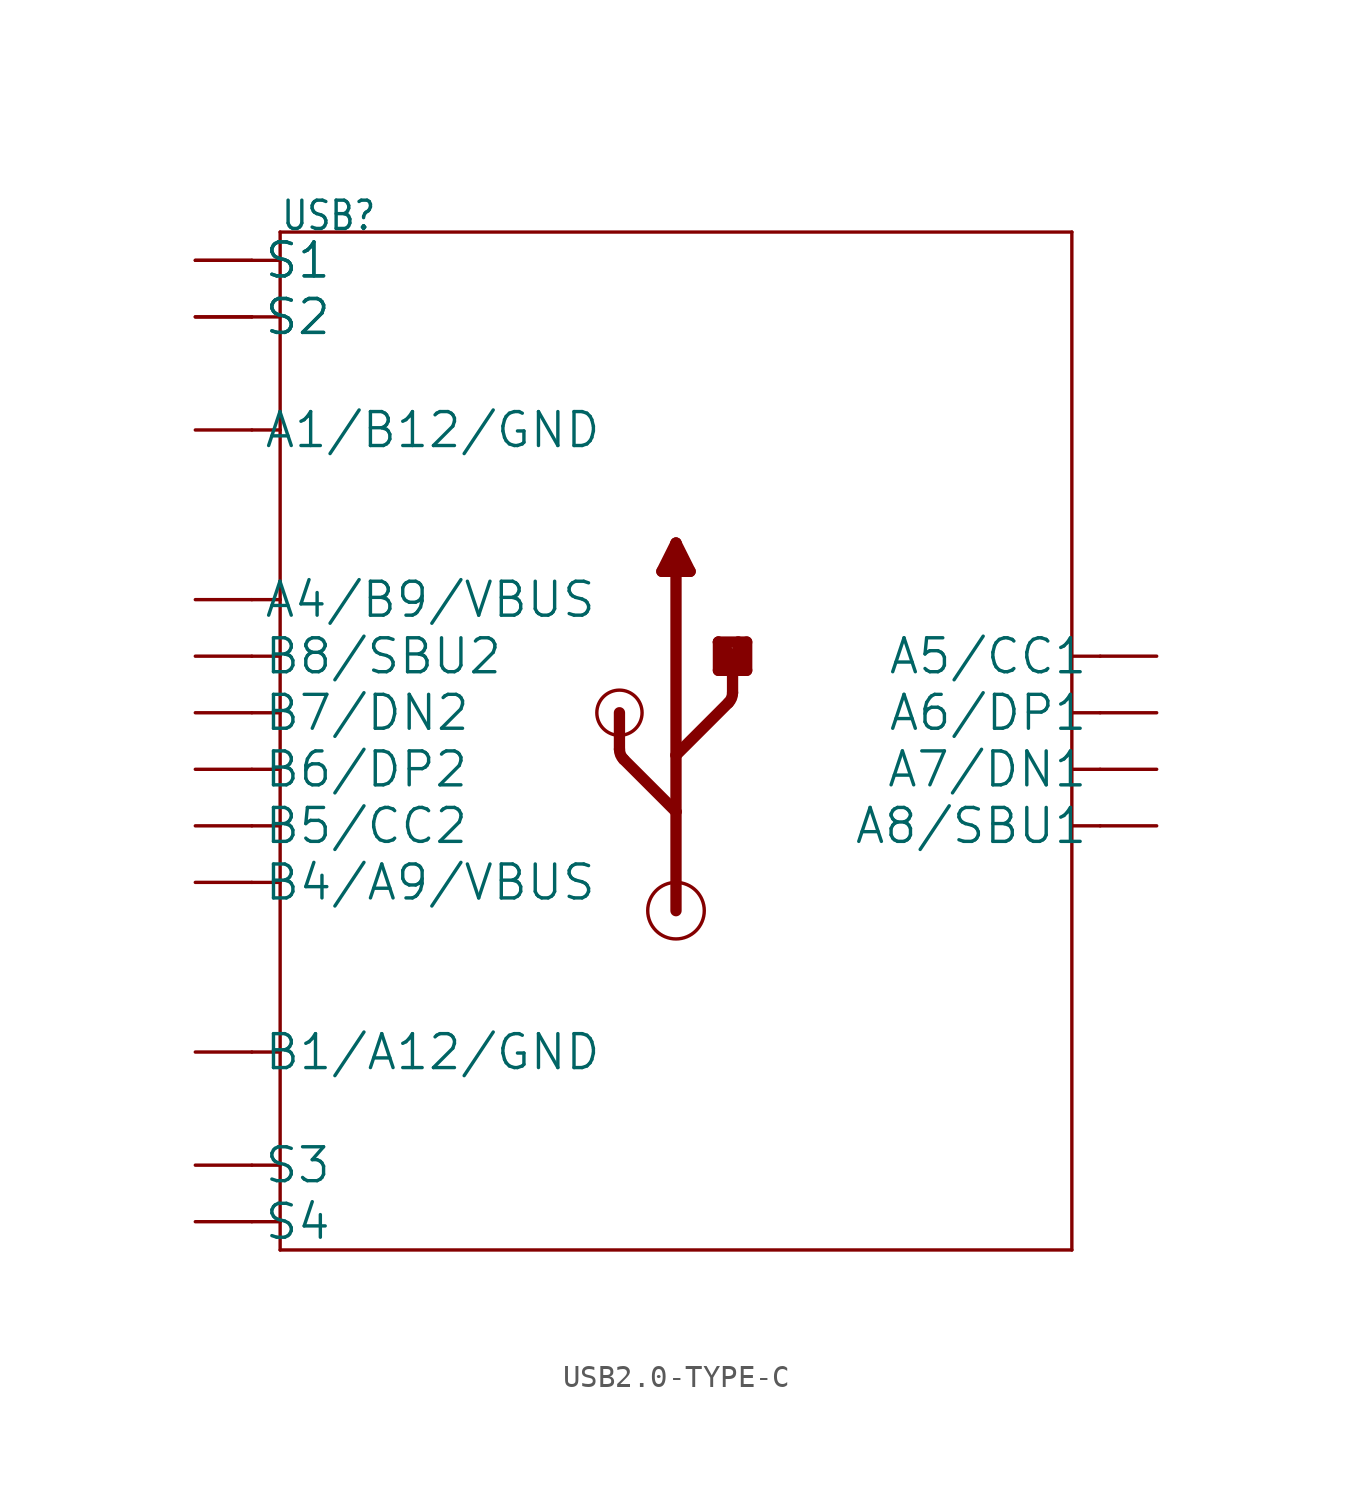
<source format=kicad_sym>
(kicad_symbol_lib
  (version 20241209)
  (generator "kicad_symbol_editor")
  (generator_version "9.0")
  (symbol "USB2.0-TYPE-C"
    (property "Reference" "USB"
      (at -17.78 22.86 0)
      (effects (font (size 1.27 1.079)) (justify left bottom)))
    (property "Value" ""
      (at -7.62 22.86 0)
      (effects (font (size 1.27 1.079)) (justify left bottom)))
    (property "ki_locked" ""
      (at 0 0 0)
      (effects (font (size 1.27 1.27))))
    (symbol "USB2.0-TYPE-C_1_0"
      (polyline (pts (xy -19.05 21.59) (xy -17.78 21.59)) (stroke (width 0.152) (type solid)) (fill (type none)))
      (polyline (pts (xy -19.05 19.05) (xy -17.78 19.05)) (stroke (width 0.152) (type solid)) (fill (type none)))
      (polyline (pts (xy -19.05 13.97) (xy -17.78 13.97)) (stroke (width 0.152) (type solid)) (fill (type none)))
      (polyline (pts (xy -19.05 6.35) (xy -17.78 6.35)) (stroke (width 0.152) (type solid)) (fill (type none)))
      (polyline (pts (xy -19.05 3.81) (xy -17.78 3.81)) (stroke (width 0.152) (type solid)) (fill (type none)))
      (polyline (pts (xy -19.05 1.27) (xy -17.78 1.27)) (stroke (width 0.152) (type solid)) (fill (type none)))
      (polyline (pts (xy -19.05 -1.27) (xy -17.78 -1.27)) (stroke (width 0.152) (type solid)) (fill (type none)))
      (polyline (pts (xy -19.05 -3.81) (xy -17.78 -3.81)) (stroke (width 0.152) (type solid)) (fill (type none)))
      (polyline (pts (xy -19.05 -6.35) (xy -17.78 -6.35)) (stroke (width 0.152) (type solid)) (fill (type none)))
      (polyline (pts (xy -19.05 -13.97) (xy -17.78 -13.97)) (stroke (width 0.152) (type solid)) (fill (type none)))
      (polyline (pts (xy -19.05 -19.05) (xy -17.78 -19.05)) (stroke (width 0.152) (type solid)) (fill (type none)))
      (polyline (pts (xy -19.05 -21.59) (xy -17.78 -21.59)) (stroke (width 0.152) (type solid)) (fill (type none)))
      (polyline (pts (xy -17.78 22.86) (xy 17.78 22.86)) (stroke (width 0.152) (type solid)) (fill (type none)))
      (polyline (pts (xy -17.78 21.59) (xy -17.78 22.86)) (stroke (width 0.152) (type solid)) (fill (type none)))
      (polyline (pts (xy -17.78 19.05) (xy -17.78 21.59)) (stroke (width 0.152) (type solid)) (fill (type none)))
      (polyline (pts (xy -17.78 13.97) (xy -17.78 19.05)) (stroke (width 0.152) (type solid)) (fill (type none)))
      (polyline (pts (xy -17.78 6.35) (xy -17.78 13.97)) (stroke (width 0.152) (type solid)) (fill (type none)))
      (polyline (pts (xy -17.78 -19.05) (xy -17.78 6.35)) (stroke (width 0.152) (type solid)) (fill (type none)))
      (polyline (pts (xy -17.78 -21.59) (xy -17.78 -19.05)) (stroke (width 0.152) (type solid)) (fill (type none)))
      (polyline (pts (xy -17.78 -22.86) (xy -17.78 -21.59)) (stroke (width 0.152) (type solid)) (fill (type none)))
      (circle (center -2.54 1.27) (radius 1.016) (stroke (width 0) (type solid)) (fill (type none)))
      (polyline (pts (xy -2.54 -0.372) (xy -2.54 1.27)) (stroke (width 0.508) (type solid)) (fill (type none)))
      (arc (start -2.354 -0.8209) (mid -2.4917 -0.6149) (end -2.5401 -0.3719) (stroke (width 0.508) (type solid)) (fill (type none)))
      (polyline (pts (xy -0.635 7.62) (xy 0.635 7.62)) (stroke (width 0.508) (type solid)) (fill (type none)))
      (polyline (pts (xy 0 8.89) (xy -0.635 7.62)) (stroke (width 0.508) (type solid)) (fill (type none)))
      (polyline (pts (xy 0 -0.635) (xy 0 8.89)) (stroke (width 0.508) (type solid)) (fill (type none)))
      (polyline (pts (xy 0 -0.635) (xy 2.354 1.719)) (stroke (width 0.508) (type solid)) (fill (type none)))
      (polyline (pts (xy 0 -3.175) (xy -2.354 -0.821)) (stroke (width 0.508) (type solid)) (fill (type none)))
      (polyline (pts (xy 0 -3.175) (xy 0 -0.635)) (stroke (width 0.508) (type solid)) (fill (type none)))
      (polyline (pts (xy 0 -7.62) (xy 0 -3.175)) (stroke (width 0.508) (type solid)) (fill (type none)))
      (circle (center 0 -7.62) (radius 1.27) (stroke (width 0) (type solid)) (fill (type none)))
      (polyline (pts (xy 0.635 7.62) (xy 0 8.89)) (stroke (width 0.508) (type solid)) (fill (type none)))
      (polyline (pts (xy 1.905 4.445) (xy 2.794 4.445)) (stroke (width 0.508) (type solid)) (fill (type none)))
      (polyline (pts (xy 1.905 3.175) (xy 1.905 4.445)) (stroke (width 0.508) (type solid)) (fill (type none)))
      (arc (start 2.54 2.168) (mid 2.4917 1.925) (end 2.354 1.719) (stroke (width 0.508) (type solid)) (fill (type none)))
      (polyline (pts (xy 2.159 3.302) (xy 2.159 3.81)) (stroke (width 0.508) (type solid)) (fill (type none)))
      (polyline (pts (xy 2.54 3.81) (xy 1.905 4.445)) (stroke (width 0.508) (type solid)) (fill (type none)))
      (polyline (pts (xy 2.54 2.168) (xy 2.54 3.81)) (stroke (width 0.508) (type solid)) (fill (type none)))
      (polyline (pts (xy 2.794 4.445) (xy 2.794 3.302)) (stroke (width 0.508) (type solid)) (fill (type none)))
      (polyline (pts (xy 2.794 4.445) (xy 3.175 4.445)) (stroke (width 0.508) (type solid)) (fill (type none)))
      (polyline (pts (xy 2.794 3.302) (xy 2.159 3.302)) (stroke (width 0.508) (type solid)) (fill (type none)))
      (polyline (pts (xy 3.175 4.445) (xy 3.175 3.175)) (stroke (width 0.508) (type solid)) (fill (type none)))
      (polyline (pts (xy 3.175 3.175) (xy 1.905 3.175)) (stroke (width 0.508) (type solid)) (fill (type none)))
      (polyline (pts (xy 17.78 22.86) (xy 17.78 -22.86)) (stroke (width 0.152) (type solid)) (fill (type none)))
      (polyline (pts (xy 17.78 -22.86) (xy -17.78 -22.86)) (stroke (width 0.152) (type solid)) (fill (type none)))
      (polyline (pts (xy 19.05 3.81) (xy 17.78 3.81)) (stroke (width 0.152) (type solid)) (fill (type none)))
      (polyline (pts (xy 19.05 1.27) (xy 17.78 1.27)) (stroke (width 0.152) (type solid)) (fill (type none)))
      (polyline (pts (xy 19.05 -1.27) (xy 17.78 -1.27)) (stroke (width 0.152) (type solid)) (fill (type none)))
      (polyline (pts (xy 19.05 -3.81) (xy 17.78 -3.81)) (stroke (width 0.152) (type solid)) (fill (type none)))
      (pin bidirectional line (at -21.59 21.59 0) (length 2.54) (name "S1" (effects (font (size 1.524 1.524)))) (number "S1" (effects (font (size 0 0)))))
      (pin bidirectional line (at -21.59 21.59 0) (length 2.54) (name "S1" (effects (font (size 1.524 1.524)))) (number "S5" (effects (font (size 0 0)))))
      (pin bidirectional line (at -21.59 19.05 0) (length 2.54) (name "S2" (effects (font (size 1.524 1.524)))) (number "S2" (effects (font (size 0 0)))))
      (pin bidirectional line (at -21.59 19.05 0) (length 2.54) (name "S2" (effects (font (size 1.524 1.524)))) (number "S6" (effects (font (size 0 0)))))
      (pin bidirectional line (at -21.59 13.97 0) (length 2.54) (name "A1/B12/GND" (effects (font (size 1.524 1.524)))) (number "A1_B12" (effects (font (size 0 0)))))
      (pin bidirectional line (at -21.59 6.35 0) (length 2.54) (name "A4/B9/VBUS" (effects (font (size 1.524 1.524)))) (number "A4_B9" (effects (font (size 0 0)))))
      (pin bidirectional line (at -21.59 3.81 0) (length 2.54) (name "B8/SBU2" (effects (font (size 1.524 1.524)))) (number "B8" (effects (font (size 0 0)))))
      (pin bidirectional line (at -21.59 1.27 0) (length 2.54) (name "B7/DN2" (effects (font (size 1.524 1.524)))) (number "B7" (effects (font (size 0 0)))))
      (pin bidirectional line (at -21.59 -1.27 0) (length 2.54) (name "B6/DP2" (effects (font (size 1.524 1.524)))) (number "B6" (effects (font (size 0 0)))))
      (pin bidirectional line (at -21.59 -3.81 0) (length 2.54) (name "B5/CC2" (effects (font (size 1.524 1.524)))) (number "B5" (effects (font (size 0 0)))))
      (pin bidirectional line (at -21.59 -6.35 0) (length 2.54) (name "B4/A9/VBUS" (effects (font (size 1.524 1.524)))) (number "B4_A9" (effects (font (size 0 0)))))
      (pin bidirectional line (at -21.59 -13.97 0) (length 2.54) (name "B1/A12/GND" (effects (font (size 1.524 1.524)))) (number "B1_A12" (effects (font (size 0 0)))))
      (pin bidirectional line (at -21.59 -19.05 0) (length 2.54) (name "S3" (effects (font (size 1.524 1.524)))) (number "S3" (effects (font (size 0 0)))))
      (pin bidirectional line (at -21.59 -21.59 0) (length 2.54) (name "S4" (effects (font (size 1.524 1.524)))) (number "S4" (effects (font (size 0 0)))))
      (pin bidirectional line (at 21.59 3.81 180) (length 2.54) (name "A5/CC1" (effects (font (size 1.524 1.524)))) (number "A5" (effects (font (size 0 0)))))
      (pin bidirectional line (at 21.59 1.27 180) (length 2.54) (name "A6/DP1" (effects (font (size 1.524 1.524)))) (number "A6" (effects (font (size 0 0)))))
      (pin bidirectional line (at 21.59 -1.27 180) (length 2.54) (name "A7/DN1" (effects (font (size 1.524 1.524)))) (number "A7" (effects (font (size 0 0)))))
      (pin bidirectional line (at 21.59 -3.81 180) (length 2.54) (name "A8/SBU1" (effects (font (size 1.524 1.524)))) (number "A8" (effects (font (size 0 0))))))))
</source>
